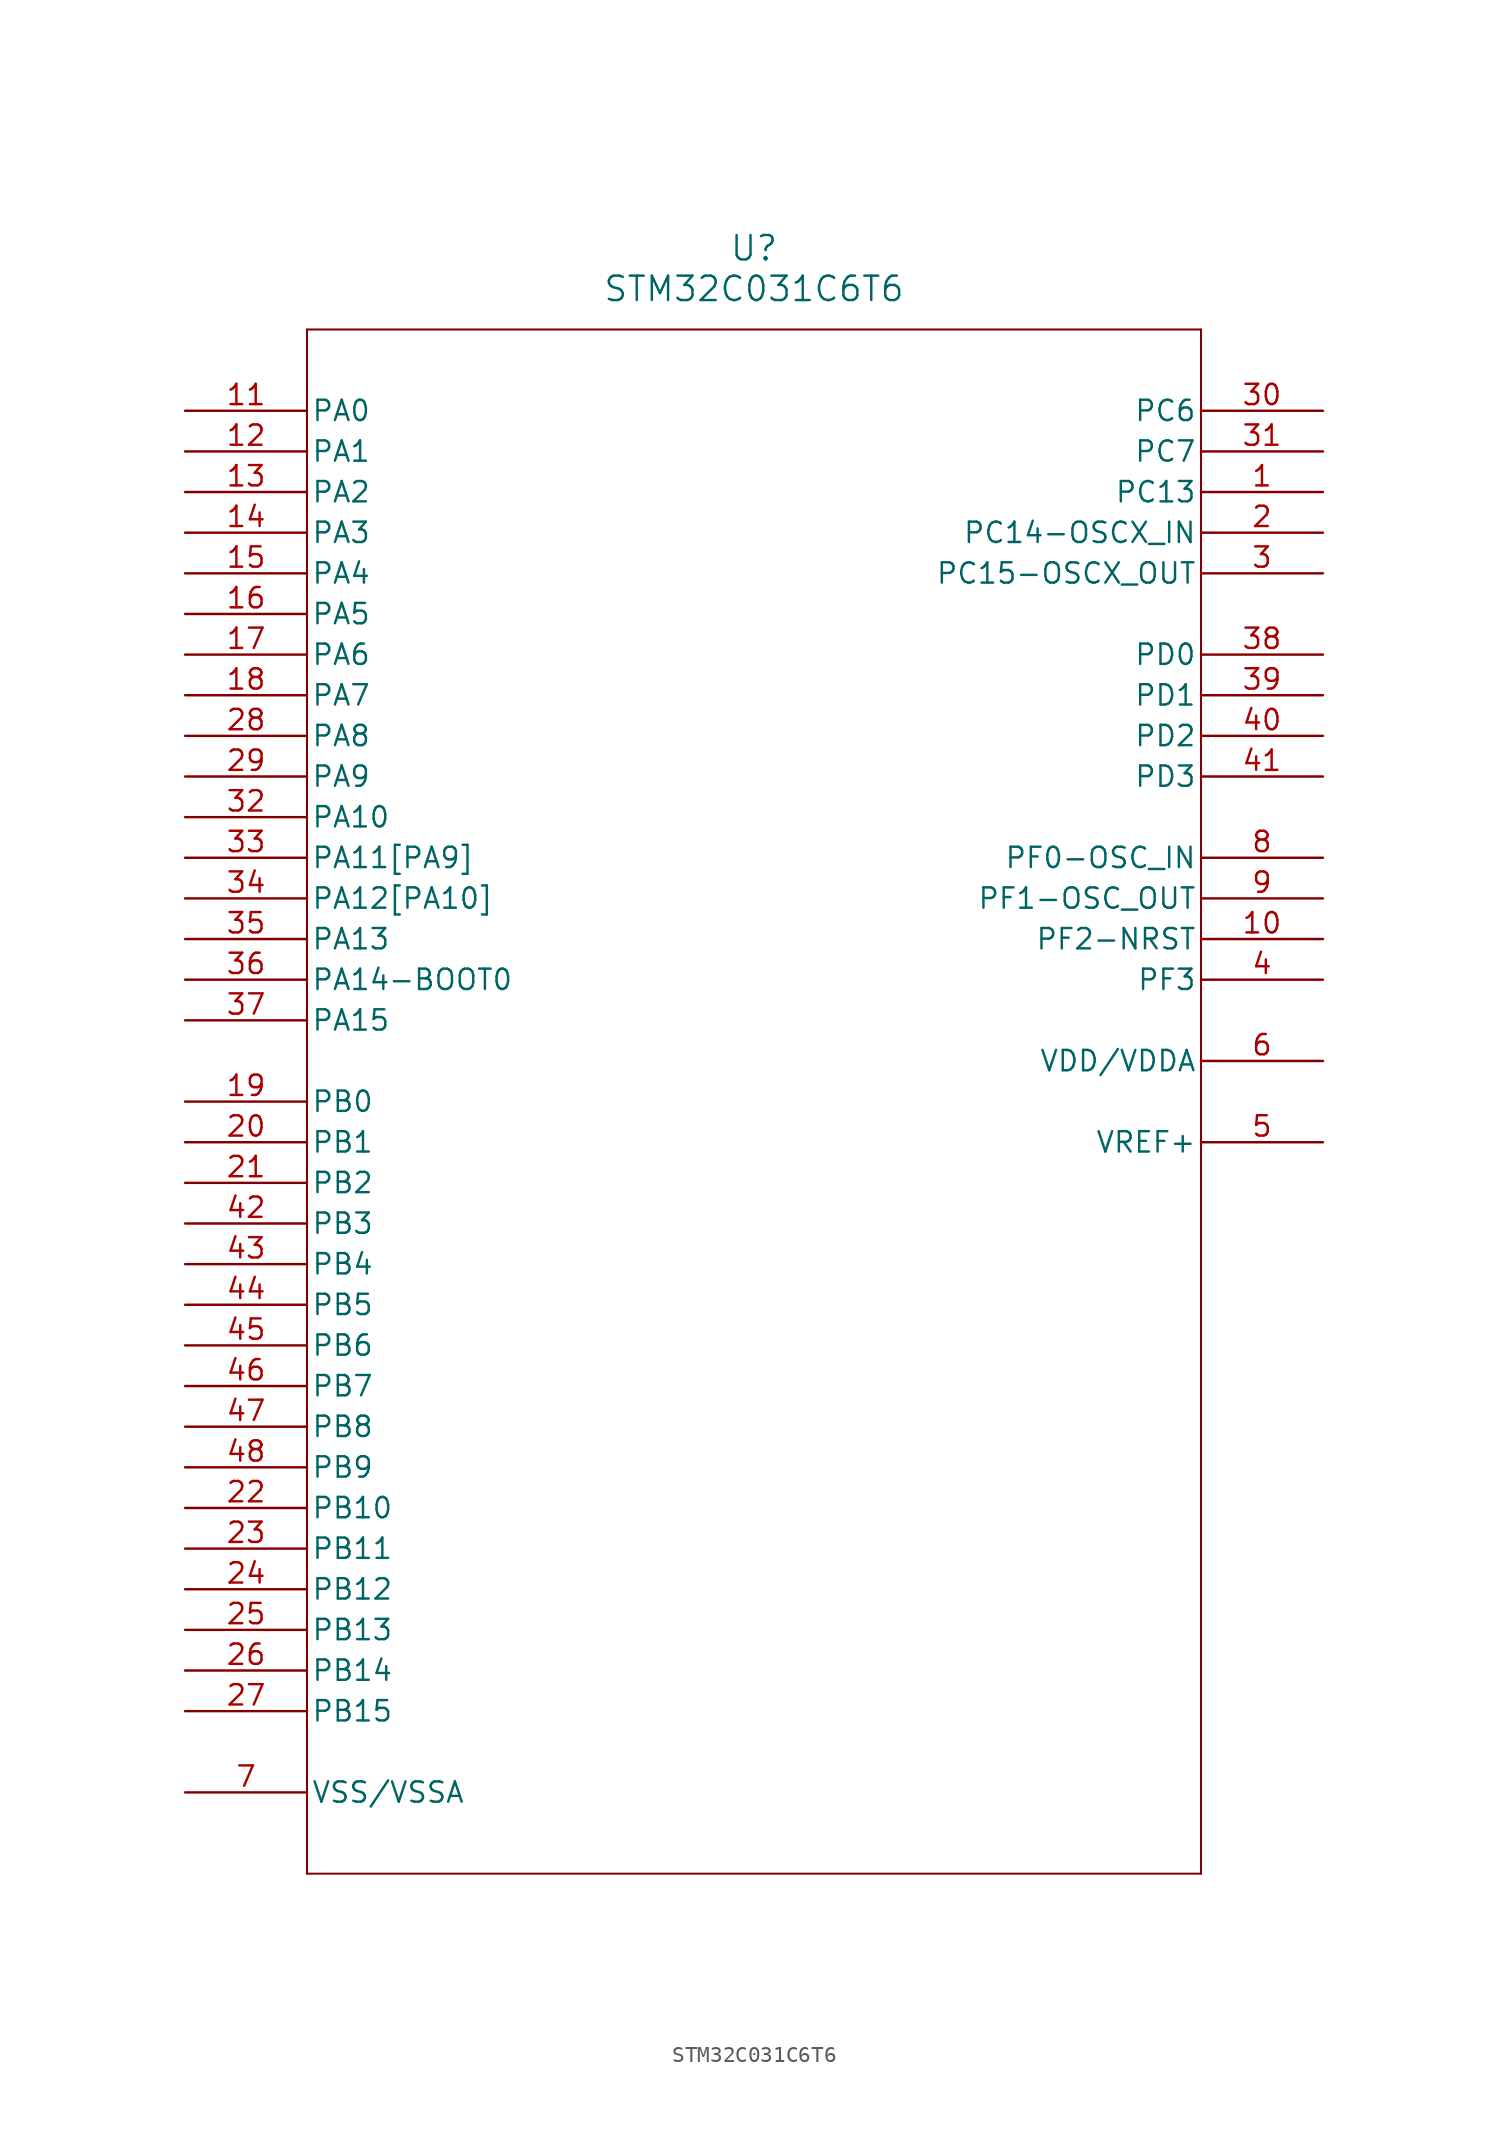
<source format=kicad_sym>
(kicad_symbol_lib
  (version 20220914)
  (generator kicad_symbol_editor)
  (symbol "STM32C031C6T6"
    (pin_names
      (offset 0.254))
    (property "Reference" "U"
      (at 35.56 10.16 0)
      (effects (font (size 1.524 1.524))))
    (property "Value" "STM32C031C6T6"
      (at 35.56 7.62 0)
      (effects (font (size 1.524 1.524))))
    (property "ki_locked" ""
      (at 0 0 0)
      (effects (font (size 1.27 1.27))))
    (symbol "STM32C031C6T6_0_1"
      (polyline (pts (xy 7.62 -91.44) (xy 63.5 -91.44)) (stroke (width 0.127) (type default)) (fill (type none)))
      (polyline (pts (xy 7.62 5.08) (xy 7.62 -91.44)) (stroke (width 0.127) (type default)) (fill (type none)))
      (polyline (pts (xy 63.5 -91.44) (xy 63.5 5.08)) (stroke (width 0.127) (type default)) (fill (type none)))
      (polyline (pts (xy 63.5 5.08) (xy 7.62 5.08)) (stroke (width 0.127) (type default)) (fill (type none)))
      (pin bidirectional line (at 71.12 -5.08 180) (length 7.62) (name "PC13" (effects (font (size 1.27 1.27)))) (number "1" (effects (font (size 1.27 1.27)))))
      (pin bidirectional line (at 71.12 -33.02 180) (length 7.62) (name "PF2-NRST" (effects (font (size 1.27 1.27)))) (number "10" (effects (font (size 1.27 1.27)))))
      (pin bidirectional line (at 0 0 0) (length 7.62) (name "PA0" (effects (font (size 1.27 1.27)))) (number "11" (effects (font (size 1.27 1.27)))))
      (pin bidirectional line (at 0 -2.54 0) (length 7.62) (name "PA1" (effects (font (size 1.27 1.27)))) (number "12" (effects (font (size 1.27 1.27)))))
      (pin bidirectional line (at 0 -5.08 0) (length 7.62) (name "PA2" (effects (font (size 1.27 1.27)))) (number "13" (effects (font (size 1.27 1.27)))))
      (pin bidirectional line (at 0 -7.62 0) (length 7.62) (name "PA3" (effects (font (size 1.27 1.27)))) (number "14" (effects (font (size 1.27 1.27)))))
      (pin bidirectional line (at 0 -10.16 0) (length 7.62) (name "PA4" (effects (font (size 1.27 1.27)))) (number "15" (effects (font (size 1.27 1.27)))))
      (pin bidirectional line (at 0 -12.7 0) (length 7.62) (name "PA5" (effects (font (size 1.27 1.27)))) (number "16" (effects (font (size 1.27 1.27)))))
      (pin bidirectional line (at 0 -15.24 0) (length 7.62) (name "PA6" (effects (font (size 1.27 1.27)))) (number "17" (effects (font (size 1.27 1.27)))))
      (pin bidirectional line (at 0 -17.78 0) (length 7.62) (name "PA7" (effects (font (size 1.27 1.27)))) (number "18" (effects (font (size 1.27 1.27)))))
      (pin bidirectional line (at 0 -43.18 0) (length 7.62) (name "PB0" (effects (font (size 1.27 1.27)))) (number "19" (effects (font (size 1.27 1.27)))))
      (pin bidirectional line (at 71.12 -7.62 180) (length 7.62) (name "PC14-OSCX_IN" (effects (font (size 1.27 1.27)))) (number "2" (effects (font (size 1.27 1.27)))))
      (pin bidirectional line (at 0 -45.72 0) (length 7.62) (name "PB1" (effects (font (size 1.27 1.27)))) (number "20" (effects (font (size 1.27 1.27)))))
      (pin bidirectional line (at 0 -48.26 0) (length 7.62) (name "PB2" (effects (font (size 1.27 1.27)))) (number "21" (effects (font (size 1.27 1.27)))))
      (pin bidirectional line (at 0 -68.58 0) (length 7.62) (name "PB10" (effects (font (size 1.27 1.27)))) (number "22" (effects (font (size 1.27 1.27)))))
      (pin bidirectional line (at 0 -71.12 0) (length 7.62) (name "PB11" (effects (font (size 1.27 1.27)))) (number "23" (effects (font (size 1.27 1.27)))))
      (pin bidirectional line (at 0 -73.66 0) (length 7.62) (name "PB12" (effects (font (size 1.27 1.27)))) (number "24" (effects (font (size 1.27 1.27)))))
      (pin bidirectional line (at 0 -76.2 0) (length 7.62) (name "PB13" (effects (font (size 1.27 1.27)))) (number "25" (effects (font (size 1.27 1.27)))))
      (pin bidirectional line (at 0 -78.74 0) (length 7.62) (name "PB14" (effects (font (size 1.27 1.27)))) (number "26" (effects (font (size 1.27 1.27)))))
      (pin bidirectional line (at 0 -81.28 0) (length 7.62) (name "PB15" (effects (font (size 1.27 1.27)))) (number "27" (effects (font (size 1.27 1.27)))))
      (pin bidirectional line (at 0 -20.32 0) (length 7.62) (name "PA8" (effects (font (size 1.27 1.27)))) (number "28" (effects (font (size 1.27 1.27)))))
      (pin bidirectional line (at 0 -22.86 0) (length 7.62) (name "PA9" (effects (font (size 1.27 1.27)))) (number "29" (effects (font (size 1.27 1.27)))))
      (pin bidirectional line (at 71.12 -10.16 180) (length 7.62) (name "PC15-OSCX_OUT" (effects (font (size 1.27 1.27)))) (number "3" (effects (font (size 1.27 1.27)))))
      (pin bidirectional line (at 71.12 0 180) (length 7.62) (name "PC6" (effects (font (size 1.27 1.27)))) (number "30" (effects (font (size 1.27 1.27)))))
      (pin bidirectional line (at 71.12 -2.54 180) (length 7.62) (name "PC7" (effects (font (size 1.27 1.27)))) (number "31" (effects (font (size 1.27 1.27)))))
      (pin bidirectional line (at 0 -25.4 0) (length 7.62) (name "PA10" (effects (font (size 1.27 1.27)))) (number "32" (effects (font (size 1.27 1.27)))))
      (pin bidirectional line (at 0 -27.94 0) (length 7.62) (name "PA11[PA9]" (effects (font (size 1.27 1.27)))) (number "33" (effects (font (size 1.27 1.27)))))
      (pin bidirectional line (at 0 -30.48 0) (length 7.62) (name "PA12[PA10]" (effects (font (size 1.27 1.27)))) (number "34" (effects (font (size 1.27 1.27)))))
      (pin bidirectional line (at 0 -33.02 0) (length 7.62) (name "PA13" (effects (font (size 1.27 1.27)))) (number "35" (effects (font (size 1.27 1.27)))))
      (pin bidirectional line (at 0 -35.56 0) (length 7.62) (name "PA14-BOOT0" (effects (font (size 1.27 1.27)))) (number "36" (effects (font (size 1.27 1.27)))))
      (pin bidirectional line (at 0 -38.1 0) (length 7.62) (name "PA15" (effects (font (size 1.27 1.27)))) (number "37" (effects (font (size 1.27 1.27)))))
      (pin bidirectional line (at 71.12 -15.24 180) (length 7.62) (name "PD0" (effects (font (size 1.27 1.27)))) (number "38" (effects (font (size 1.27 1.27)))))
      (pin bidirectional line (at 71.12 -17.78 180) (length 7.62) (name "PD1" (effects (font (size 1.27 1.27)))) (number "39" (effects (font (size 1.27 1.27)))))
      (pin bidirectional line (at 71.12 -35.56 180) (length 7.62) (name "PF3" (effects (font (size 1.27 1.27)))) (number "4" (effects (font (size 1.27 1.27)))))
      (pin bidirectional line (at 71.12 -20.32 180) (length 7.62) (name "PD2" (effects (font (size 1.27 1.27)))) (number "40" (effects (font (size 1.27 1.27)))))
      (pin bidirectional line (at 71.12 -22.86 180) (length 7.62) (name "PD3" (effects (font (size 1.27 1.27)))) (number "41" (effects (font (size 1.27 1.27)))))
      (pin bidirectional line (at 0 -50.8 0) (length 7.62) (name "PB3" (effects (font (size 1.27 1.27)))) (number "42" (effects (font (size 1.27 1.27)))))
      (pin bidirectional line (at 0 -53.34 0) (length 7.62) (name "PB4" (effects (font (size 1.27 1.27)))) (number "43" (effects (font (size 1.27 1.27)))))
      (pin bidirectional line (at 0 -55.88 0) (length 7.62) (name "PB5" (effects (font (size 1.27 1.27)))) (number "44" (effects (font (size 1.27 1.27)))))
      (pin bidirectional line (at 0 -58.42 0) (length 7.62) (name "PB6" (effects (font (size 1.27 1.27)))) (number "45" (effects (font (size 1.27 1.27)))))
      (pin bidirectional line (at 0 -60.96 0) (length 7.62) (name "PB7" (effects (font (size 1.27 1.27)))) (number "46" (effects (font (size 1.27 1.27)))))
      (pin bidirectional line (at 0 -63.5 0) (length 7.62) (name "PB8" (effects (font (size 1.27 1.27)))) (number "47" (effects (font (size 1.27 1.27)))))
      (pin bidirectional line (at 0 -66.04 0) (length 7.62) (name "PB9" (effects (font (size 1.27 1.27)))) (number "48" (effects (font (size 1.27 1.27)))))
      (pin power_in line (at 71.12 -45.72 180) (length 7.62) (name "VREF+" (effects (font (size 1.27 1.27)))) (number "5" (effects (font (size 1.27 1.27)))))
      (pin power_in line (at 71.12 -40.64 180) (length 7.62) (name "VDD/VDDA" (effects (font (size 1.27 1.27)))) (number "6" (effects (font (size 1.27 1.27)))))
      (pin power_in line (at 0 -86.36 0) (length 7.62) (name "VSS/VSSA" (effects (font (size 1.27 1.27)))) (number "7" (effects (font (size 1.27 1.27)))))
      (pin bidirectional line (at 71.12 -27.94 180) (length 7.62) (name "PF0-OSC_IN" (effects (font (size 1.27 1.27)))) (number "8" (effects (font (size 1.27 1.27)))))
      (pin bidirectional line (at 71.12 -30.48 180) (length 7.62) (name "PF1-OSC_OUT" (effects (font (size 1.27 1.27)))) (number "9" (effects (font (size 1.27 1.27))))))))
</source>
